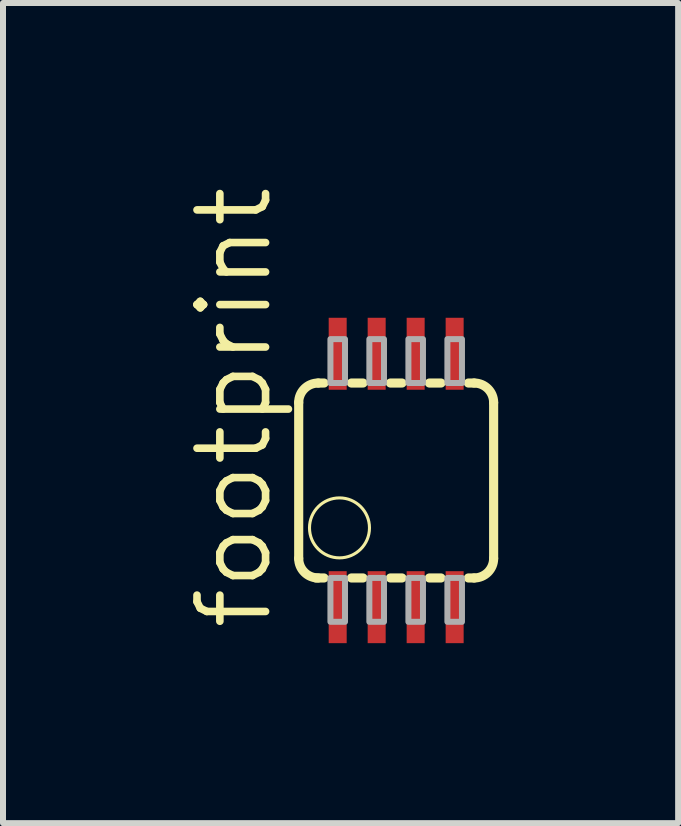
<source format=kicad_pcb>
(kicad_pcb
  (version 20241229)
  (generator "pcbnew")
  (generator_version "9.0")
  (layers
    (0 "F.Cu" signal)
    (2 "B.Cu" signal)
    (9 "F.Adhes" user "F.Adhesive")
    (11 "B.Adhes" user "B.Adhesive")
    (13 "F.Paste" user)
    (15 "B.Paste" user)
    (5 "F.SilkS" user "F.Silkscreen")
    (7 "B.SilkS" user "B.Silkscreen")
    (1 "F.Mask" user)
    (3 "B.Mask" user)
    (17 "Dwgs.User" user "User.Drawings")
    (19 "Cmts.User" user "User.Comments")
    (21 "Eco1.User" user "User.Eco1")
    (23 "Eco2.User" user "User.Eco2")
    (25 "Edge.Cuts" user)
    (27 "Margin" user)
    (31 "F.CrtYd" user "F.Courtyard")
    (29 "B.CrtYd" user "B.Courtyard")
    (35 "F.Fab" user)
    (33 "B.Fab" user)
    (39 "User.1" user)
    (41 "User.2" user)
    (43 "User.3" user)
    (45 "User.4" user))
  (footprint "footprint"
    (layer "F.Cu")
    (at 3.556 4.96)
    (property "Reference" "footprint" (at -2.032 2.54 90) (layer "F.SilkS") (effects (font (size 1.143 1.143) (thickness 0.127)) (justify left bottom)))
    (fp_line (start -1.626 1.301) (end -1.626 -1.299) (stroke (width 0.152) (type solid)) (layer "F.SilkS"))
    (fp_line (start -1.341 1.626) (end -1.204 1.626) (stroke (width 0.152) (type solid)) (layer "F.SilkS"))
    (fp_line (start -1.301 -1.624) (end -1.204 -1.624) (stroke (width 0.152) (type solid)) (layer "F.SilkS"))
    (fp_line (start -0.747 -1.624) (end -0.554 -1.624) (stroke (width 0.152) (type solid)) (layer "F.SilkS"))
    (fp_line (start -0.747 1.626) (end -0.554 1.626) (stroke (width 0.152) (type solid)) (layer "F.SilkS"))
    (fp_line (start -0.097 -1.624) (end 0.096 -1.624) (stroke (width 0.152) (type solid)) (layer "F.SilkS"))
    (fp_line (start -0.097 1.626) (end 0.096 1.626) (stroke (width 0.152) (type solid)) (layer "F.SilkS"))
    (fp_line (start 0.553 -1.624) (end 0.746 -1.624) (stroke (width 0.152) (type solid)) (layer "F.SilkS"))
    (fp_line (start 0.553 1.626) (end 0.746 1.626) (stroke (width 0.152) (type solid)) (layer "F.SilkS"))
    (fp_line (start 1.203 -1.624) (end 1.299 -1.624) (stroke (width 0.152) (type solid)) (layer "F.SilkS"))
    (fp_line (start 1.203 1.626) (end 1.299 1.626) (stroke (width 0.152) (type solid)) (layer "F.SilkS"))
    (fp_line (start 1.624 -1.299) (end 1.624 1.301) (stroke (width 0.152) (type solid)) (layer "F.SilkS"))
    (fp_arc (start -1.626 -1.299) (mid -1.53081 -1.52881) (end -1.301 -1.624) (stroke (width 0.1524) (type solid)) (layer "F.SilkS"))
    (fp_arc (start -1.301 1.626) (mid -1.53081 1.53081) (end -1.626 1.301) (stroke (width 0.1524) (type solid)) (layer "F.SilkS"))
    (fp_arc (start 1.299 -1.624) (mid 1.52881 -1.52881) (end 1.624 -1.299) (stroke (width 0.1524) (type solid)) (layer "F.SilkS"))
    (fp_arc (start 1.624 1.301) (mid 1.52881 1.53081) (end 1.299 1.626) (stroke (width 0.1524) (type solid)) (layer "F.SilkS"))
    (fp_circle (center -0.946 0.791) (end -0.446 0.791) (stroke (width 0.051) (type solid)) (fill no) (layer "F.SilkS"))
    (fp_poly (pts (xy -1.097 -1.624) (xy -0.854 -1.624) (xy -0.854 -2.356) (xy -1.097 -2.356)) (stroke (width 0.1) (type solid)) (fill no) (layer "F.Fab"))
    (fp_poly (pts (xy -1.097 2.357) (xy -0.854 2.357) (xy -0.854 1.626) (xy -1.097 1.626)) (stroke (width 0.1) (type solid)) (fill no) (layer "F.Fab"))
    (fp_poly (pts (xy -0.448 -1.624) (xy -0.204 -1.624) (xy -0.204 -2.356) (xy -0.448 -2.356)) (stroke (width 0.1) (type solid)) (fill no) (layer "F.Fab"))
    (fp_poly (pts (xy -0.448 2.357) (xy -0.204 2.357) (xy -0.204 1.626) (xy -0.448 1.626)) (stroke (width 0.1) (type solid)) (fill no) (layer "F.Fab"))
    (fp_poly (pts (xy 0.203 -1.624) (xy 0.446 -1.624) (xy 0.446 -2.356) (xy 0.203 -2.356)) (stroke (width 0.1) (type solid)) (fill no) (layer "F.Fab"))
    (fp_poly (pts (xy 0.203 2.357) (xy 0.446 2.357) (xy 0.446 1.626) (xy 0.203 1.626)) (stroke (width 0.1) (type solid)) (fill no) (layer "F.Fab"))
    (fp_poly (pts (xy 0.853 -1.624) (xy 1.096 -1.624) (xy 1.096 -2.356) (xy 0.853 -2.356)) (stroke (width 0.1) (type solid)) (fill no) (layer "F.Fab"))
    (fp_poly (pts (xy 0.853 2.357) (xy 1.096 2.357) (xy 1.096 1.626) (xy 0.853 1.626)) (stroke (width 0.1) (type solid)) (fill no) (layer "F.Fab"))
    (pad "1" smd rect (at -0.976 2.113) (size 0.3 1.2) (layers "F.Cu" "F.Mask" "F.Paste"))
    (pad "2" smd rect (at -0.326 2.113) (size 0.3 1.2) (layers "F.Cu" "F.Mask" "F.Paste"))
    (pad "3" smd rect (at 0.324 2.113) (size 0.3 1.2) (layers "F.Cu" "F.Mask" "F.Paste"))
    (pad "4" smd rect (at 0.974 2.113) (size 0.3 1.2) (layers "F.Cu" "F.Mask" "F.Paste"))
    (pad "5" smd rect (at 0.974 -2.112) (size 0.3 1.2) (layers "F.Cu" "F.Mask" "F.Paste"))
    (pad "6" smd rect (at 0.324 -2.112) (size 0.3 1.2) (layers "F.Cu" "F.Mask" "F.Paste"))
    (pad "7" smd rect (at -0.326 -2.112) (size 0.3 1.2) (layers "F.Cu" "F.Mask" "F.Paste"))
    (pad "8" smd rect (at -0.976 -2.112) (size 0.3 1.2) (layers "F.Cu" "F.Mask" "F.Paste")))
  (gr_rect
    (start -3 -3)
    (end 8.256 10.673)
    (stroke (width 0.1) (type default))
    (fill no)
    (layer "Edge.Cuts")))
</source>
